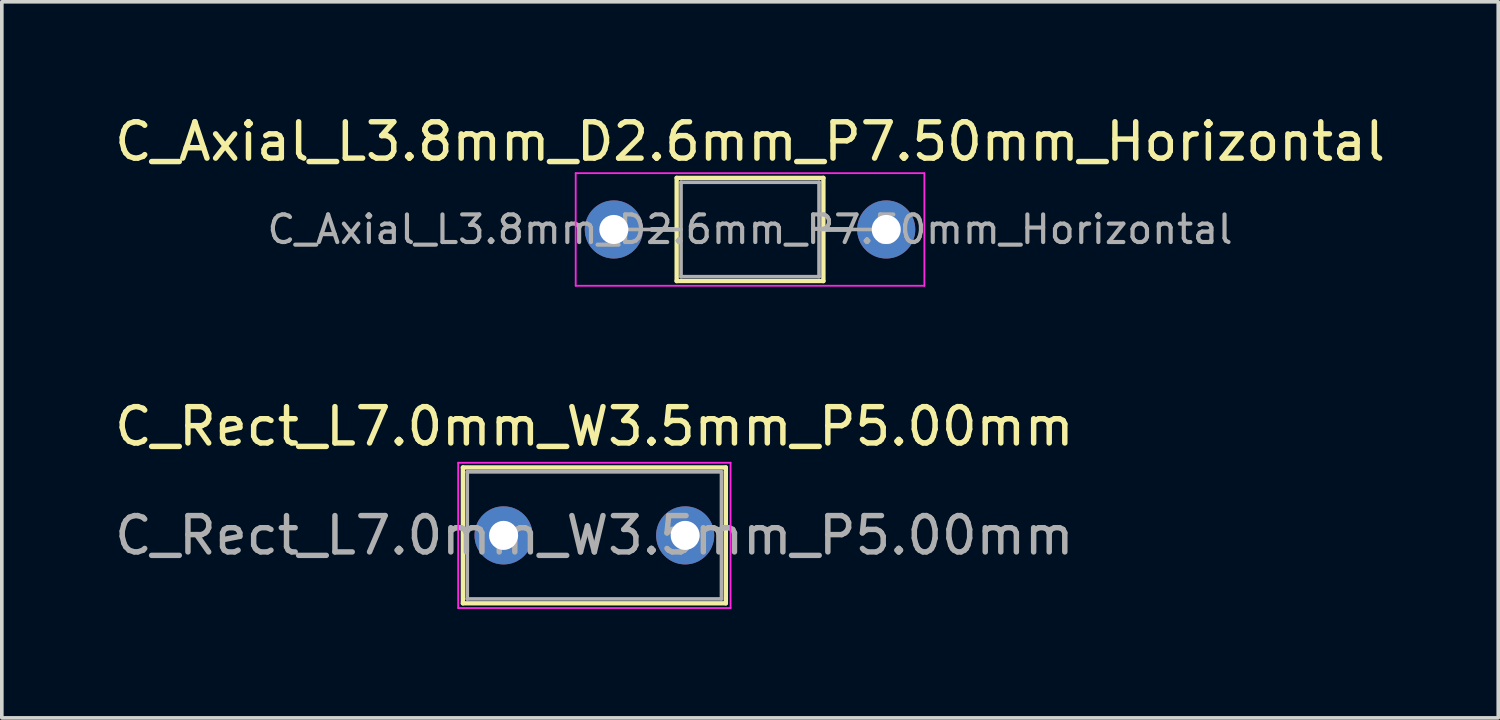
<source format=kicad_pcb>
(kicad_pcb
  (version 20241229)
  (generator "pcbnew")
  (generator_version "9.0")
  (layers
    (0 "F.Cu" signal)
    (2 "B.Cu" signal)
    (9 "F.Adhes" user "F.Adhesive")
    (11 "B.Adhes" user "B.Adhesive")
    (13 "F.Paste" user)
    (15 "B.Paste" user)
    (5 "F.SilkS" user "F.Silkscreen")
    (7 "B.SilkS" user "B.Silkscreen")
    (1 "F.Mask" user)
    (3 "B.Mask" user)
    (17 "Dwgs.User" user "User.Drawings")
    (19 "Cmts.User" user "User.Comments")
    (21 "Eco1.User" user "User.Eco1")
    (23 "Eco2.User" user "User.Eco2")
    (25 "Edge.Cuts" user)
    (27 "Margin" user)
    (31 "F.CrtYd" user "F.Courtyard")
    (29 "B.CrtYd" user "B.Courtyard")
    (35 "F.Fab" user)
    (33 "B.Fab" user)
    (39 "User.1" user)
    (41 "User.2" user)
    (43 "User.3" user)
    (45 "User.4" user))
  (footprint "C_Rect_L7.0mm_W3.5mm_P5.00mm"
    (layer "F.Cu")
    (at 10.815 11.691)
    (property "Reference" "C_Rect_L7.0mm_W3.5mm_P5.00mm" (at 2.5 -3 180) (layer "F.SilkS") (effects (font (size 1 1) (thickness 0.15))))
    (attr through_hole)
    (fp_line (start -1.12 -1.87) (end -1.12 1.87) (stroke (width 0.12) (type solid)) (layer "F.SilkS"))
    (fp_line (start -1.12 -1.87) (end 6.12 -1.87) (stroke (width 0.12) (type solid)) (layer "F.SilkS"))
    (fp_line (start -1.12 1.87) (end 6.12 1.87) (stroke (width 0.12) (type solid)) (layer "F.SilkS"))
    (fp_line (start 6.12 -1.87) (end 6.12 1.87) (stroke (width 0.12) (type solid)) (layer "F.SilkS"))
    (fp_line (start -1.25 -2) (end -1.25 2) (stroke (width 0.05) (type solid)) (layer "F.CrtYd"))
    (fp_line (start -1.25 2) (end 6.25 2) (stroke (width 0.05) (type solid)) (layer "F.CrtYd"))
    (fp_line (start 6.25 -2) (end -1.25 -2) (stroke (width 0.05) (type solid)) (layer "F.CrtYd"))
    (fp_line (start 6.25 2) (end 6.25 -2) (stroke (width 0.05) (type solid)) (layer "F.CrtYd"))
    (fp_line (start -1 -1.75) (end -1 1.75) (stroke (width 0.1) (type solid)) (layer "F.Fab"))
    (fp_line (start -1 1.75) (end 6 1.75) (stroke (width 0.1) (type solid)) (layer "F.Fab"))
    (fp_line (start 6 -1.75) (end -1 -1.75) (stroke (width 0.1) (type solid)) (layer "F.Fab"))
    (fp_line (start 6 1.75) (end 6 -1.75) (stroke (width 0.1) (type solid)) (layer "F.Fab"))
    (fp_text user "${REFERENCE}" (at 2.5 0 180) (layer "F.Fab") (effects (font (size 1 1) (thickness 0.15))))
    (pad "1" thru_hole circle (at 0 0) (size 1.6 1.6) (drill 0.8) (layers "*.Cu" "*.Mask"))
    (pad "2" thru_hole circle (at 5 0) (size 1.6 1.6) (drill 0.8) (layers "*.Cu" "*.Mask")))
  (footprint "C_Axial_L3.8mm_D2.6mm_P7.50mm_Horizontal"
    (layer "F.Cu")
    (at 13.851 3.268)
    (property "Reference" "C_Axial_L3.8mm_D2.6mm_P7.50mm_Horizontal" (at 3.75 -2.42 0) (layer "F.SilkS") (effects (font (size 1 1) (thickness 0.15))))
    (attr through_hole)
    (fp_line (start 1.04 0) (end 1.73 0) (stroke (width 0.12) (type solid)) (layer "F.SilkS"))
    (fp_line (start 1.73 -1.42) (end 1.73 1.42) (stroke (width 0.12) (type solid)) (layer "F.SilkS"))
    (fp_line (start 1.73 1.42) (end 5.77 1.42) (stroke (width 0.12) (type solid)) (layer "F.SilkS"))
    (fp_line (start 5.77 -1.42) (end 1.73 -1.42) (stroke (width 0.12) (type solid)) (layer "F.SilkS"))
    (fp_line (start 5.77 1.42) (end 5.77 -1.42) (stroke (width 0.12) (type solid)) (layer "F.SilkS"))
    (fp_line (start 6.46 0) (end 5.77 0) (stroke (width 0.12) (type solid)) (layer "F.SilkS"))
    (fp_line (start -1.05 -1.55) (end -1.05 1.55) (stroke (width 0.05) (type solid)) (layer "F.CrtYd"))
    (fp_line (start -1.05 1.55) (end 8.55 1.55) (stroke (width 0.05) (type solid)) (layer "F.CrtYd"))
    (fp_line (start 8.55 -1.55) (end -1.05 -1.55) (stroke (width 0.05) (type solid)) (layer "F.CrtYd"))
    (fp_line (start 8.55 1.55) (end 8.55 -1.55) (stroke (width 0.05) (type solid)) (layer "F.CrtYd"))
    (fp_line (start 0 0) (end 1.85 0) (stroke (width 0.1) (type solid)) (layer "F.Fab"))
    (fp_line (start 1.85 -1.3) (end 1.85 1.3) (stroke (width 0.1) (type solid)) (layer "F.Fab"))
    (fp_line (start 1.85 1.3) (end 5.65 1.3) (stroke (width 0.1) (type solid)) (layer "F.Fab"))
    (fp_line (start 5.65 -1.3) (end 1.85 -1.3) (stroke (width 0.1) (type solid)) (layer "F.Fab"))
    (fp_line (start 5.65 1.3) (end 5.65 -1.3) (stroke (width 0.1) (type solid)) (layer "F.Fab"))
    (fp_line (start 7.5 0) (end 5.65 0) (stroke (width 0.1) (type solid)) (layer "F.Fab"))
    (fp_text user "${REFERENCE}" (at 3.75 0 0) (layer "F.Fab") (effects (font (size 0.76 0.76) (thickness 0.114))))
    (pad "1" thru_hole circle (at 0 0) (size 1.6 1.6) (drill 0.8) (layers "*.Cu" "*.Mask"))
    (pad "2" thru_hole oval (at 7.5 0) (size 1.6 1.6) (drill 0.8) (layers "*.Cu" "*.Mask")))
  (gr_rect
    (start -3 -3)
    (end 38.202 16.716)
    (stroke (width 0.1) (type default))
    (fill no)
    (layer "Edge.Cuts")))
</source>
